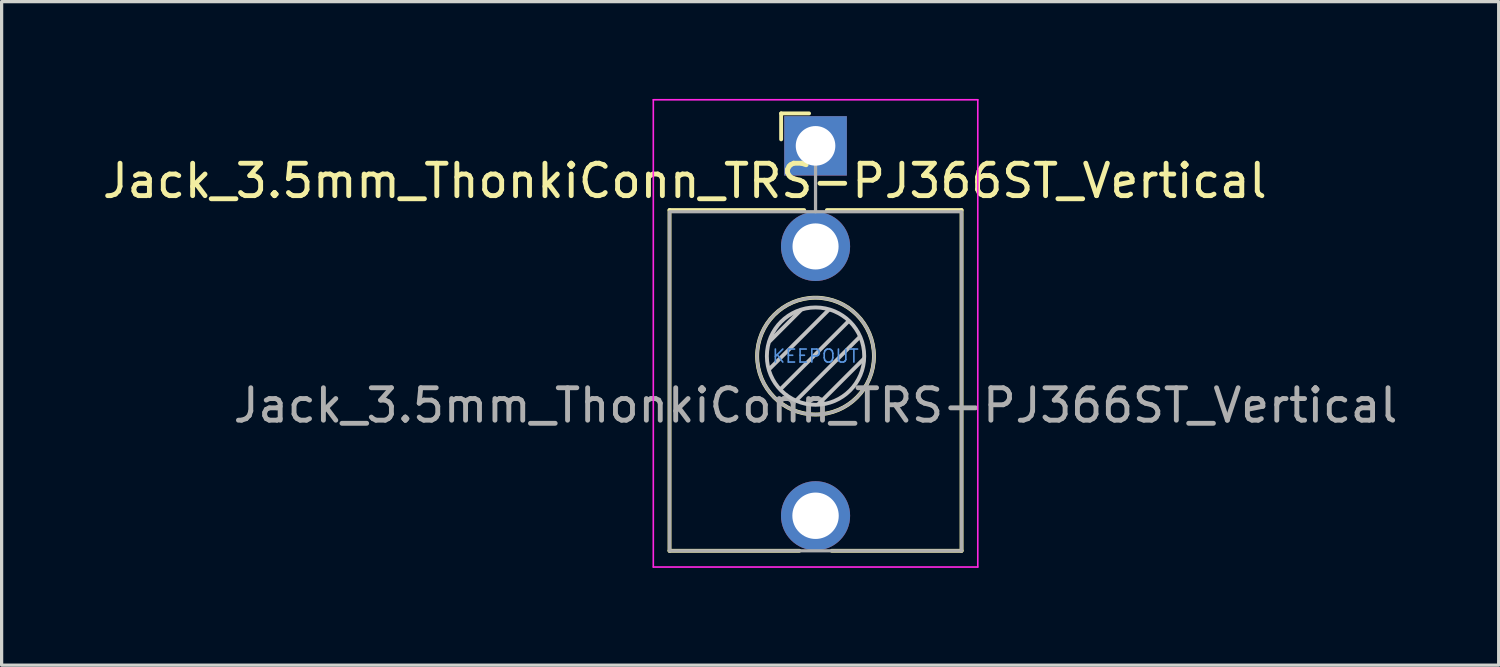
<source format=kicad_pcb>
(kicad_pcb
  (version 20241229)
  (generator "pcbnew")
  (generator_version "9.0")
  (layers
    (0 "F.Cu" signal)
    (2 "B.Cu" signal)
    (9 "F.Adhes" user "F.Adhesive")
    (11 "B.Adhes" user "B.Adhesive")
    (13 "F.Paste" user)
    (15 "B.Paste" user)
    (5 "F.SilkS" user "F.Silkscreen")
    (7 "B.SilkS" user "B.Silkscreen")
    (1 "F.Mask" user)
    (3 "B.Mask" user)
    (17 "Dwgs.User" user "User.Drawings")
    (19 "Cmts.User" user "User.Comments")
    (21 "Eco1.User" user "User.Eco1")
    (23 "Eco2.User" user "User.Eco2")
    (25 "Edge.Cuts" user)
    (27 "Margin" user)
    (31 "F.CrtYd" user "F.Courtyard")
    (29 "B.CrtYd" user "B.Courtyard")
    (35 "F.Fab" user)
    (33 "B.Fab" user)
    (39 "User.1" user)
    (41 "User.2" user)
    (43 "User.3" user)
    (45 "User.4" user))
  (footprint "Jack_3.5mm_ThonkiConn_TRS-PJ366ST_Vertical"
    (layer "F.Cu")
    (at 22.084 1.445)
    (property "Reference" "Jack_3.5mm_ThonkiConn_TRS-PJ366ST_Vertical" (at -4.03 1.08 180) (layer "F.SilkS") (effects (font (size 1 1) (thickness 0.15))))
    (attr through_hole)
    (fp_line (start -4.5 1.98) (end -4.5 12.48) (stroke (width 0.12) (type solid)) (layer "F.SilkS"))
    (fp_line (start -1.06 -1) (end -1.06 -0.2) (stroke (width 0.12) (type solid)) (layer "F.SilkS"))
    (fp_line (start -1.06 -1) (end -0.2 -1) (stroke (width 0.12) (type solid)) (layer "F.SilkS"))
    (fp_line (start -0.5 12.48) (end -4.5 12.48) (stroke (width 0.12) (type solid)) (layer "F.SilkS"))
    (fp_line (start -0.35 1.98) (end -4.5 1.98) (stroke (width 0.12) (type solid)) (layer "F.SilkS"))
    (fp_line (start 4.5 1.98) (end 0.35 1.98) (stroke (width 0.12) (type solid)) (layer "F.SilkS"))
    (fp_line (start 4.5 1.98) (end 4.5 12.48) (stroke (width 0.12) (type solid)) (layer "F.SilkS"))
    (fp_line (start 4.5 12.48) (end 0.5 12.48) (stroke (width 0.12) (type solid)) (layer "F.SilkS"))
    (fp_circle (center 0 6.48) (end 1.8 6.48) (stroke (width 0.12) (type solid)) (fill no) (layer "F.SilkS"))
    (fp_line (start -1.42 6.875) (end 0.4 5.06) (stroke (width 0.12) (type solid)) (layer "Dwgs.User"))
    (fp_line (start -1.41 6.02) (end -0.46 5.07) (stroke (width 0.12) (type solid)) (layer "Dwgs.User"))
    (fp_line (start -1.07 7.49) (end 1.01 5.41) (stroke (width 0.12) (type solid)) (layer "Dwgs.User"))
    (fp_line (start -0.58 7.83) (end 1.36 5.89) (stroke (width 0.12) (type solid)) (layer "Dwgs.User"))
    (fp_line (start 0.09 7.96) (end 1.48 6.57) (stroke (width 0.12) (type solid)) (layer "Dwgs.User"))
    (fp_circle (center 0 6.48) (end 1.5 6.48) (stroke (width 0.12) (type solid)) (fill no) (layer "Dwgs.User"))
    (fp_line (start -5 12.98) (end -5 -1.42) (stroke (width 0.05) (type solid)) (layer "F.CrtYd"))
    (fp_line (start 5 -1.42) (end -5 -1.42) (stroke (width 0.05) (type solid)) (layer "F.CrtYd"))
    (fp_line (start 5 12.98) (end -5 12.98) (stroke (width 0.05) (type solid)) (layer "F.CrtYd"))
    (fp_line (start 5 12.98) (end 5 -1.42) (stroke (width 0.05) (type solid)) (layer "F.CrtYd"))
    (fp_line (start -4.5 12.48) (end -4.5 2.08) (stroke (width 0.1) (type solid)) (layer "F.Fab"))
    (fp_line (start 0 0) (end 0 2.03) (stroke (width 0.1) (type solid)) (layer "F.Fab"))
    (fp_line (start 4.5 2.03) (end -4.5 2.03) (stroke (width 0.1) (type solid)) (layer "F.Fab"))
    (fp_line (start 4.5 12.48) (end -4.5 12.48) (stroke (width 0.1) (type solid)) (layer "F.Fab"))
    (fp_line (start 4.5 12.48) (end 4.5 2.08) (stroke (width 0.1) (type solid)) (layer "F.Fab"))
    (fp_circle (center 0 6.48) (end 1.8 6.48) (stroke (width 0.1) (type solid)) (fill no) (layer "F.Fab"))
    (fp_text user "KEEPOUT" (at 0 6.48 0) (layer "Cmts.User") (effects (font (size 0.4 0.4) (thickness 0.051))))
    (fp_text user "${REFERENCE}" (at 0 8 180) (layer "F.Fab") (effects (font (size 1 1) (thickness 0.15))))
    (pad "R" thru_hole circle (at 0 3.1 270) (size 2.13 2.13) (drill 1.42) (layers "*.Cu" "*.Mask"))
    (pad "S" thru_hole rect (at 0 0 180) (size 1.93 1.83) (drill 1.22) (layers "*.Cu" "*.Mask"))
    (pad "T" thru_hole circle (at 0 11.4 180) (size 2.13 2.13) (drill 1.43) (layers "*.Cu" "*.Mask")))
  (gr_rect
    (start -3 -3)
    (end 43.137 17.45)
    (stroke (width 0.1) (type default))
    (fill no)
    (layer "Edge.Cuts")))
</source>
